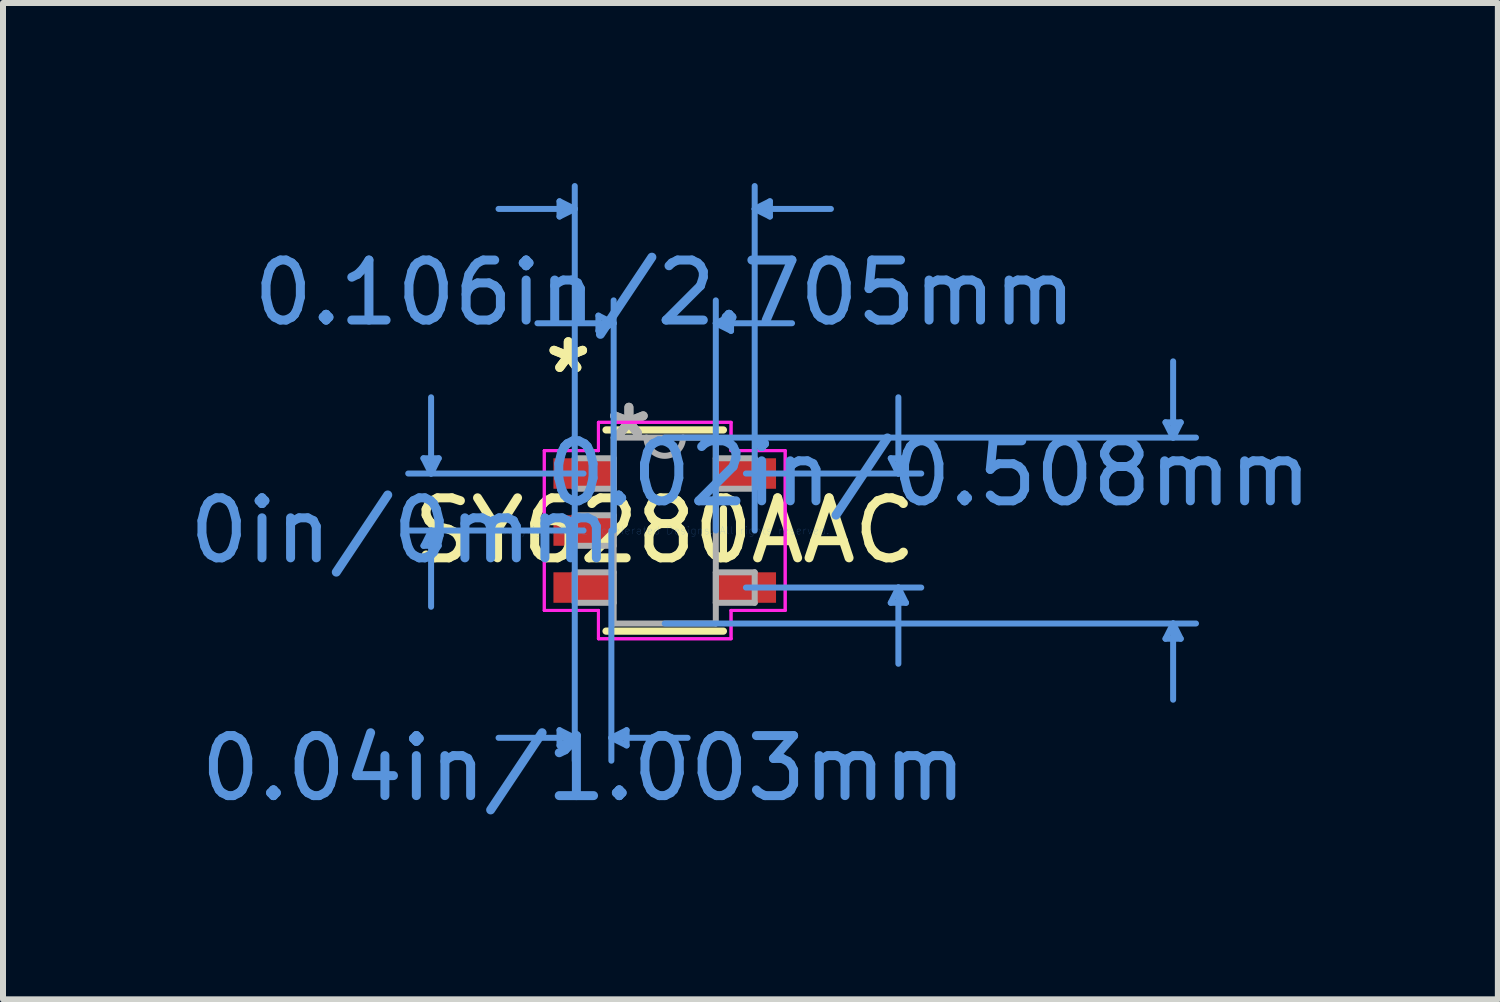
<source format=kicad_pcb>
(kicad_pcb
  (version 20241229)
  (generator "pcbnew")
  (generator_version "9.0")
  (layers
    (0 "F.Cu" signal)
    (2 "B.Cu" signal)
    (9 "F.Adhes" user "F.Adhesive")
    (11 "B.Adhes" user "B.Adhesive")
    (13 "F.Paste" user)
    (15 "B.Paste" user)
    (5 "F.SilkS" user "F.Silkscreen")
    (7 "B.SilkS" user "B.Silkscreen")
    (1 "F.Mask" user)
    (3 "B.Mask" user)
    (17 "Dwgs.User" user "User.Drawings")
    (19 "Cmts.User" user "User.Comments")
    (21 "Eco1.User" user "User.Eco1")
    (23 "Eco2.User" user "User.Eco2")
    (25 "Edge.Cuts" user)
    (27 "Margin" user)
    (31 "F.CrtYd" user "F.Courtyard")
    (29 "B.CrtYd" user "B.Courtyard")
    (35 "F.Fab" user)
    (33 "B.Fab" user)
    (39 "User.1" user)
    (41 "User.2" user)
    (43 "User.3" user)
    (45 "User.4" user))
  (footprint "SY6280AAC"
    (layer "F.Cu")
    (at 8.026 5.79)
    (property "Reference" "SY6280AAC" (at 0 0 0) (layer "F.SilkS") (effects (font (size 1 1) (thickness 0.15))))
    (attr through_hole)
    (fp_line (start -0.978 1.676) (end 0.978 1.676) (stroke (width 0.12) (type solid)) (layer "F.SilkS"))
    (fp_line (start 0.978 -1.676) (end -0.978 -1.676) (stroke (width 0.12) (type solid)) (layer "F.SilkS"))
    (fp_line (start 0.978 0.363) (end 0.978 -0.363) (stroke (width 0.12) (type solid)) (layer "F.SilkS"))
    (fp_line (start -4.02 -1.204) (end -3.766 -1.204) (stroke (width 0.1) (type solid)) (layer "Cmts.User"))
    (fp_line (start -4.02 0.254) (end -3.766 0.254) (stroke (width 0.1) (type solid)) (layer "Cmts.User"))
    (fp_line (start -3.893 -0.95) (end -4.02 -1.204) (stroke (width 0.1) (type solid)) (layer "Cmts.User"))
    (fp_line (start -3.893 -0.95) (end -3.893 -2.22) (stroke (width 0.1) (type solid)) (layer "Cmts.User"))
    (fp_line (start -3.893 -0.95) (end -3.766 -1.204) (stroke (width 0.1) (type solid)) (layer "Cmts.User"))
    (fp_line (start -3.893 0) (end -4.02 0.254) (stroke (width 0.1) (type solid)) (layer "Cmts.User"))
    (fp_line (start -3.893 0) (end -3.893 1.27) (stroke (width 0.1) (type solid)) (layer "Cmts.User"))
    (fp_line (start -3.893 0) (end -3.766 0.254) (stroke (width 0.1) (type solid)) (layer "Cmts.User"))
    (fp_line (start -1.753 -5.486) (end -1.753 -5.232) (stroke (width 0.1) (type solid)) (layer "Cmts.User"))
    (fp_line (start -1.753 3.327) (end -1.753 3.581) (stroke (width 0.1) (type solid)) (layer "Cmts.User"))
    (fp_line (start -1.499 -5.359) (end -2.769 -5.359) (stroke (width 0.1) (type solid)) (layer "Cmts.User"))
    (fp_line (start -1.499 -5.359) (end -1.753 -5.486) (stroke (width 0.1) (type solid)) (layer "Cmts.User"))
    (fp_line (start -1.499 -5.359) (end -1.753 -5.232) (stroke (width 0.1) (type solid)) (layer "Cmts.User"))
    (fp_line (start -1.499 0) (end -1.499 -5.74) (stroke (width 0.1) (type solid)) (layer "Cmts.User"))
    (fp_line (start -1.499 0) (end -1.499 3.835) (stroke (width 0.1) (type solid)) (layer "Cmts.User"))
    (fp_line (start -1.499 3.454) (end -2.769 3.454) (stroke (width 0.1) (type solid)) (layer "Cmts.User"))
    (fp_line (start -1.499 3.454) (end -1.753 3.327) (stroke (width 0.1) (type solid)) (layer "Cmts.User"))
    (fp_line (start -1.499 3.454) (end -1.753 3.581) (stroke (width 0.1) (type solid)) (layer "Cmts.User"))
    (fp_line (start -1.353 -0.95) (end -4.274 -0.95) (stroke (width 0.1) (type solid)) (layer "Cmts.User"))
    (fp_line (start -1.353 0) (end -4.274 0) (stroke (width 0.1) (type solid)) (layer "Cmts.User"))
    (fp_line (start -1.105 -3.581) (end -1.105 -3.327) (stroke (width 0.1) (type solid)) (layer "Cmts.User"))
    (fp_line (start -0.889 0) (end -0.889 3.835) (stroke (width 0.1) (type solid)) (layer "Cmts.User"))
    (fp_line (start -0.889 3.454) (end -0.635 3.327) (stroke (width 0.1) (type solid)) (layer "Cmts.User"))
    (fp_line (start -0.889 3.454) (end -0.635 3.581) (stroke (width 0.1) (type solid)) (layer "Cmts.User"))
    (fp_line (start -0.889 3.454) (end 0.381 3.454) (stroke (width 0.1) (type solid)) (layer "Cmts.User"))
    (fp_line (start -0.851 -3.454) (end -2.121 -3.454) (stroke (width 0.1) (type solid)) (layer "Cmts.User"))
    (fp_line (start -0.851 -3.454) (end -1.105 -3.581) (stroke (width 0.1) (type solid)) (layer "Cmts.User"))
    (fp_line (start -0.851 -3.454) (end -1.105 -3.327) (stroke (width 0.1) (type solid)) (layer "Cmts.User"))
    (fp_line (start -0.851 0) (end -0.851 -3.835) (stroke (width 0.1) (type solid)) (layer "Cmts.User"))
    (fp_line (start -0.635 3.327) (end -0.635 3.581) (stroke (width 0.1) (type solid)) (layer "Cmts.User"))
    (fp_line (start 0 -1.549) (end 8.852 -1.549) (stroke (width 0.1) (type solid)) (layer "Cmts.User"))
    (fp_line (start 0 1.549) (end 8.852 1.549) (stroke (width 0.1) (type solid)) (layer "Cmts.User"))
    (fp_line (start 0.851 -3.454) (end 1.105 -3.581) (stroke (width 0.1) (type solid)) (layer "Cmts.User"))
    (fp_line (start 0.851 -3.454) (end 1.105 -3.327) (stroke (width 0.1) (type solid)) (layer "Cmts.User"))
    (fp_line (start 0.851 -3.454) (end 2.121 -3.454) (stroke (width 0.1) (type solid)) (layer "Cmts.User"))
    (fp_line (start 0.851 0) (end 0.851 -3.835) (stroke (width 0.1) (type solid)) (layer "Cmts.User"))
    (fp_line (start 1.105 -3.581) (end 1.105 -3.327) (stroke (width 0.1) (type solid)) (layer "Cmts.User"))
    (fp_line (start 1.353 -0.95) (end 4.274 -0.95) (stroke (width 0.1) (type solid)) (layer "Cmts.User"))
    (fp_line (start 1.353 0.95) (end 4.274 0.95) (stroke (width 0.1) (type solid)) (layer "Cmts.User"))
    (fp_line (start 1.499 -5.359) (end 1.753 -5.486) (stroke (width 0.1) (type solid)) (layer "Cmts.User"))
    (fp_line (start 1.499 -5.359) (end 1.753 -5.232) (stroke (width 0.1) (type solid)) (layer "Cmts.User"))
    (fp_line (start 1.499 -5.359) (end 2.769 -5.359) (stroke (width 0.1) (type solid)) (layer "Cmts.User"))
    (fp_line (start 1.499 0) (end 1.499 -5.74) (stroke (width 0.1) (type solid)) (layer "Cmts.User"))
    (fp_line (start 1.753 -5.486) (end 1.753 -5.232) (stroke (width 0.1) (type solid)) (layer "Cmts.User"))
    (fp_line (start 3.766 -1.204) (end 4.02 -1.204) (stroke (width 0.1) (type solid)) (layer "Cmts.User"))
    (fp_line (start 3.766 1.204) (end 4.02 1.204) (stroke (width 0.1) (type solid)) (layer "Cmts.User"))
    (fp_line (start 3.893 -0.95) (end 3.766 -1.204) (stroke (width 0.1) (type solid)) (layer "Cmts.User"))
    (fp_line (start 3.893 -0.95) (end 3.893 -2.22) (stroke (width 0.1) (type solid)) (layer "Cmts.User"))
    (fp_line (start 3.893 -0.95) (end 4.02 -1.204) (stroke (width 0.1) (type solid)) (layer "Cmts.User"))
    (fp_line (start 3.893 0.95) (end 3.766 1.204) (stroke (width 0.1) (type solid)) (layer "Cmts.User"))
    (fp_line (start 3.893 0.95) (end 3.893 2.22) (stroke (width 0.1) (type solid)) (layer "Cmts.User"))
    (fp_line (start 3.893 0.95) (end 4.02 1.204) (stroke (width 0.1) (type solid)) (layer "Cmts.User"))
    (fp_line (start 8.344 -1.803) (end 8.598 -1.803) (stroke (width 0.1) (type solid)) (layer "Cmts.User"))
    (fp_line (start 8.344 1.803) (end 8.598 1.803) (stroke (width 0.1) (type solid)) (layer "Cmts.User"))
    (fp_line (start 8.471 -1.549) (end 8.344 -1.803) (stroke (width 0.1) (type solid)) (layer "Cmts.User"))
    (fp_line (start 8.471 -1.549) (end 8.471 -2.819) (stroke (width 0.1) (type solid)) (layer "Cmts.User"))
    (fp_line (start 8.471 -1.549) (end 8.598 -1.803) (stroke (width 0.1) (type solid)) (layer "Cmts.User"))
    (fp_line (start 8.471 1.549) (end 8.344 1.803) (stroke (width 0.1) (type solid)) (layer "Cmts.User"))
    (fp_line (start 8.471 1.549) (end 8.471 2.819) (stroke (width 0.1) (type solid)) (layer "Cmts.User"))
    (fp_line (start 8.471 1.549) (end 8.598 1.803) (stroke (width 0.1) (type solid)) (layer "Cmts.User"))
    (fp_line (start -2.007 -1.331) (end -1.105 -1.331) (stroke (width 0.05) (type solid)) (layer "F.CrtYd"))
    (fp_line (start -2.007 -1.331) (end -1.105 -1.331) (stroke (width 0.05) (type solid)) (layer "F.CrtYd"))
    (fp_line (start -2.007 1.331) (end -2.007 -1.331) (stroke (width 0.05) (type solid)) (layer "F.CrtYd"))
    (fp_line (start -2.007 1.331) (end -2.007 -1.331) (stroke (width 0.05) (type solid)) (layer "F.CrtYd"))
    (fp_line (start -1.105 -1.803) (end 1.105 -1.803) (stroke (width 0.05) (type solid)) (layer "F.CrtYd"))
    (fp_line (start -1.105 -1.803) (end 1.105 -1.803) (stroke (width 0.05) (type solid)) (layer "F.CrtYd"))
    (fp_line (start -1.105 -1.331) (end -1.105 -1.803) (stroke (width 0.05) (type solid)) (layer "F.CrtYd"))
    (fp_line (start -1.105 -1.331) (end -1.105 -1.803) (stroke (width 0.05) (type solid)) (layer "F.CrtYd"))
    (fp_line (start -1.105 1.331) (end -2.007 1.331) (stroke (width 0.05) (type solid)) (layer "F.CrtYd"))
    (fp_line (start -1.105 1.331) (end -2.007 1.331) (stroke (width 0.05) (type solid)) (layer "F.CrtYd"))
    (fp_line (start -1.105 1.803) (end -1.105 1.331) (stroke (width 0.05) (type solid)) (layer "F.CrtYd"))
    (fp_line (start -1.105 1.803) (end -1.105 1.331) (stroke (width 0.05) (type solid)) (layer "F.CrtYd"))
    (fp_line (start 1.105 -1.803) (end 1.105 -1.331) (stroke (width 0.05) (type solid)) (layer "F.CrtYd"))
    (fp_line (start 1.105 -1.803) (end 1.105 -1.331) (stroke (width 0.05) (type solid)) (layer "F.CrtYd"))
    (fp_line (start 1.105 -1.331) (end 2.007 -1.331) (stroke (width 0.05) (type solid)) (layer "F.CrtYd"))
    (fp_line (start 1.105 -1.331) (end 2.007 -1.331) (stroke (width 0.05) (type solid)) (layer "F.CrtYd"))
    (fp_line (start 1.105 1.331) (end 1.105 1.803) (stroke (width 0.05) (type solid)) (layer "F.CrtYd"))
    (fp_line (start 1.105 1.331) (end 1.105 1.803) (stroke (width 0.05) (type solid)) (layer "F.CrtYd"))
    (fp_line (start 1.105 1.803) (end -1.105 1.803) (stroke (width 0.05) (type solid)) (layer "F.CrtYd"))
    (fp_line (start 1.105 1.803) (end -1.105 1.803) (stroke (width 0.05) (type solid)) (layer "F.CrtYd"))
    (fp_line (start 2.007 -1.331) (end 2.007 1.331) (stroke (width 0.05) (type solid)) (layer "F.CrtYd"))
    (fp_line (start 2.007 -1.331) (end 2.007 1.331) (stroke (width 0.05) (type solid)) (layer "F.CrtYd"))
    (fp_line (start 2.007 1.331) (end 1.105 1.331) (stroke (width 0.05) (type solid)) (layer "F.CrtYd"))
    (fp_line (start 2.007 1.331) (end 1.105 1.331) (stroke (width 0.05) (type solid)) (layer "F.CrtYd"))
    (fp_line (start -1.499 -1.204) (end -1.499 -0.696) (stroke (width 0.1) (type solid)) (layer "F.Fab"))
    (fp_line (start -1.499 -0.696) (end -0.851 -0.696) (stroke (width 0.1) (type solid)) (layer "F.Fab"))
    (fp_line (start -1.499 -0.254) (end -1.499 0.254) (stroke (width 0.1) (type solid)) (layer "F.Fab"))
    (fp_line (start -1.499 0.254) (end -0.851 0.254) (stroke (width 0.1) (type solid)) (layer "F.Fab"))
    (fp_line (start -1.499 0.696) (end -1.499 1.204) (stroke (width 0.1) (type solid)) (layer "F.Fab"))
    (fp_line (start -1.499 1.204) (end -0.851 1.204) (stroke (width 0.1) (type solid)) (layer "F.Fab"))
    (fp_line (start -0.851 -1.549) (end -0.851 1.549) (stroke (width 0.1) (type solid)) (layer "F.Fab"))
    (fp_line (start -0.851 -1.204) (end -1.499 -1.204) (stroke (width 0.1) (type solid)) (layer "F.Fab"))
    (fp_line (start -0.851 -0.696) (end -0.851 -1.204) (stroke (width 0.1) (type solid)) (layer "F.Fab"))
    (fp_line (start -0.851 -0.254) (end -1.499 -0.254) (stroke (width 0.1) (type solid)) (layer "F.Fab"))
    (fp_line (start -0.851 0.254) (end -0.851 -0.254) (stroke (width 0.1) (type solid)) (layer "F.Fab"))
    (fp_line (start -0.851 0.696) (end -1.499 0.696) (stroke (width 0.1) (type solid)) (layer "F.Fab"))
    (fp_line (start -0.851 1.204) (end -0.851 0.696) (stroke (width 0.1) (type solid)) (layer "F.Fab"))
    (fp_line (start -0.851 1.549) (end 0.851 1.549) (stroke (width 0.1) (type solid)) (layer "F.Fab"))
    (fp_line (start 0.851 -1.549) (end -0.851 -1.549) (stroke (width 0.1) (type solid)) (layer "F.Fab"))
    (fp_line (start 0.851 -1.204) (end 0.851 -0.696) (stroke (width 0.1) (type solid)) (layer "F.Fab"))
    (fp_line (start 0.851 -0.696) (end 1.499 -0.696) (stroke (width 0.1) (type solid)) (layer "F.Fab"))
    (fp_line (start 0.851 0.696) (end 0.851 1.204) (stroke (width 0.1) (type solid)) (layer "F.Fab"))
    (fp_line (start 0.851 1.204) (end 1.499 1.204) (stroke (width 0.1) (type solid)) (layer "F.Fab"))
    (fp_line (start 0.851 1.549) (end 0.851 -1.549) (stroke (width 0.1) (type solid)) (layer "F.Fab"))
    (fp_line (start 1.499 -1.204) (end 0.851 -1.204) (stroke (width 0.1) (type solid)) (layer "F.Fab"))
    (fp_line (start 1.499 -0.696) (end 1.499 -1.204) (stroke (width 0.1) (type solid)) (layer "F.Fab"))
    (fp_line (start 1.499 0.696) (end 0.851 0.696) (stroke (width 0.1) (type solid)) (layer "F.Fab"))
    (fp_line (start 1.499 1.204) (end 1.499 0.696) (stroke (width 0.1) (type solid)) (layer "F.Fab"))
    (fp_arc (start 0.3048 -1.5494) (mid 0 -1.2446) (end -0.3048 -1.5494) (stroke (width 0.1) (type solid)) (layer "F.Fab"))
    (fp_text user "*" (at -1.607 -2.601 0) (layer "F.SilkS") (effects (font (size 1 1) (thickness 0.15))))
    (fp_text user "*" (at -1.607 -2.601 0) (layer "F.SilkS") (effects (font (size 1 1) (thickness 0.15))))
    (fp_text user "0.106in/2.705mm" (at 0 -3.962 0) (layer "Cmts.User") (effects (font (size 1 1) (thickness 0.15))))
    (fp_text user "Copyright 2021 Accelerated Designs. All rights reserved." (at 0 0 0) (layer "Cmts.User") (effects (font (size 0.127 0.127) (thickness 0.002))))
    (fp_text user "0.02in/0.508mm" (at 4.401 -0.95 0) (layer "Cmts.User") (effects (font (size 1 1) (thickness 0.15))))
    (fp_text user "0in/0mm" (at -4.401 0 0) (layer "Cmts.User") (effects (font (size 1 1) (thickness 0.15))))
    (fp_text user "0.04in/1.003mm" (at -1.353 3.962 0) (layer "Cmts.User") (effects (font (size 1 1) (thickness 0.15))))
    (fp_text user "*" (at -0.597 -1.509 0) (layer "F.Fab") (effects (font (size 1 1) (thickness 0.15))))
    (fp_text user "*" (at -0.597 -1.509 0) (layer "F.Fab") (effects (font (size 1 1) (thickness 0.15))))
    (pad "1" smd rect (at -1.353 -0.95) (size 1.003 0.508) (layers "F.Cu" "F.Mask" "F.Paste"))
    (pad "2" smd rect (at -1.353 0) (size 1.003 0.508) (layers "F.Cu" "F.Mask" "F.Paste"))
    (pad "3" smd rect (at -1.353 0.95) (size 1.003 0.508) (layers "F.Cu" "F.Mask" "F.Paste"))
    (pad "4" smd rect (at 1.353 0.95) (size 1.003 0.508) (layers "F.Cu" "F.Mask" "F.Paste"))
    (pad "5" smd rect (at 1.353 -0.95) (size 1.003 0.508) (layers "F.Cu" "F.Mask" "F.Paste")))
  (gr_rect
    (start -3 -3)
    (end 21.908 13.601)
    (stroke (width 0.1) (type default))
    (fill no)
    (layer "Edge.Cuts")))
</source>
